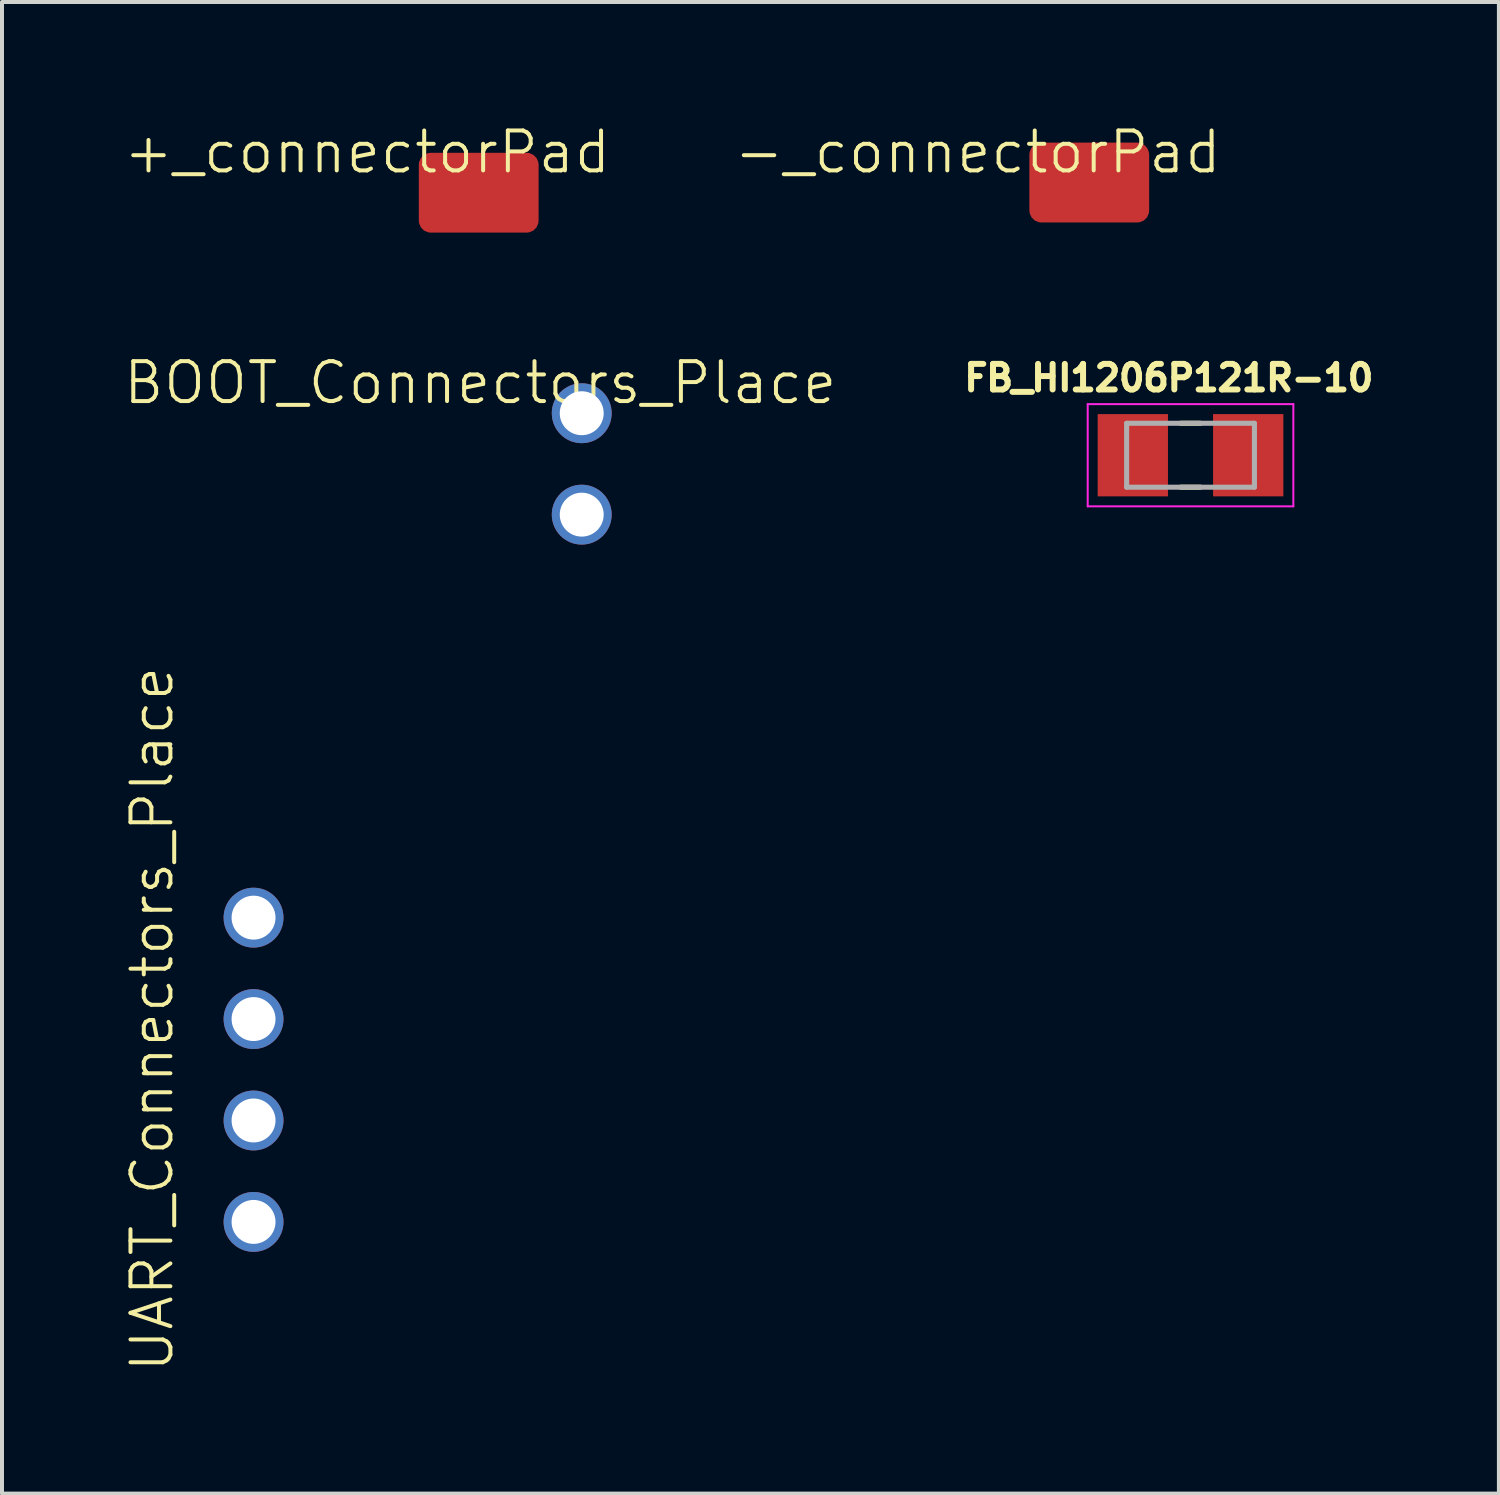
<source format=kicad_pcb>
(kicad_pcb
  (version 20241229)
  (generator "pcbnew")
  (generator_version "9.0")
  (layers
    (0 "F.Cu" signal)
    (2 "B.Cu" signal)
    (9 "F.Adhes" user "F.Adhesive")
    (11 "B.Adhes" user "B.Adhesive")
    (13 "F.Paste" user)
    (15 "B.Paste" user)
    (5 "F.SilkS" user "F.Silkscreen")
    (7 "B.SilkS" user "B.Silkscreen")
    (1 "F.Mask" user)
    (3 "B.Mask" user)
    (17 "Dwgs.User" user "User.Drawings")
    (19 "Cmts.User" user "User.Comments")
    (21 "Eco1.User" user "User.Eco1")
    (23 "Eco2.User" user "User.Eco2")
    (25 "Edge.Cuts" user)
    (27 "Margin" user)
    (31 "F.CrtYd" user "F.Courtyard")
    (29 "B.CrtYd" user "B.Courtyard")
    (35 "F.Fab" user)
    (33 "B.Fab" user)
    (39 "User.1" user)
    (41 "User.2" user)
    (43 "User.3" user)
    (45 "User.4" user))
  (footprint "UART_Connectors_Place"
    (layer "F.Cu")
    (at 3.3 27.552)
    (property "Reference" "UART_Connectors_Place" (at -2.54 -5.08 90) (unlocked yes) (layer "F.SilkS") (effects (font (size 1 1) (thickness 0.1))))
    (attr smd)
    (pad "1" thru_hole circle (at 0 0) (size 1.5 1.5) (drill 1.1) (layers "*.Cu" "*.Mask"))
    (pad "2" thru_hole circle (at 0 -2.54) (size 1.5 1.5) (drill 1.1) (layers "*.Cu" "*.Mask"))
    (pad "3" thru_hole circle (at 0 -5.08) (size 1.5 1.5) (drill 1.1) (layers "*.Cu" "*.Mask"))
    (pad "4" thru_hole circle (at 0 -7.62) (size 1.5 1.5) (drill 1.1) (layers "*.Cu" "*.Mask")))
  (footprint "FB_HI1206P121R-10"
    (layer "F.Cu")
    (at 26.766 8.351)
    (property "Reference" "FB_HI1206P121R-10" (at -0.543 -1.936 0) (layer "F.SilkS") (effects (font (size 0.64 0.64) (thickness 0.15))))
    (attr smd)
    (fp_line (start -0.245 -0.8) (end 0.245 -0.8) (stroke (width 0.127) (type solid)) (layer "F.SilkS"))
    (fp_line (start -0.245 0.8) (end 0.245 0.8) (stroke (width 0.127) (type solid)) (layer "F.SilkS"))
    (fp_line (start -2.575 -1.28) (end -2.575 1.28) (stroke (width 0.05) (type solid)) (layer "F.CrtYd"))
    (fp_line (start -2.575 1.28) (end 2.575 1.28) (stroke (width 0.05) (type solid)) (layer "F.CrtYd"))
    (fp_line (start 2.575 -1.28) (end -2.575 -1.28) (stroke (width 0.05) (type solid)) (layer "F.CrtYd"))
    (fp_line (start 2.575 1.28) (end 2.575 -1.28) (stroke (width 0.05) (type solid)) (layer "F.CrtYd"))
    (fp_line (start -1.6 -0.8) (end -1.6 0.8) (stroke (width 0.127) (type solid)) (layer "F.Fab"))
    (fp_line (start -1.6 -0.8) (end 1.6 -0.8) (stroke (width 0.127) (type solid)) (layer "F.Fab"))
    (fp_line (start -1.6 0.8) (end 1.6 0.8) (stroke (width 0.127) (type solid)) (layer "F.Fab"))
    (fp_line (start 1.6 -0.8) (end 1.6 0.8) (stroke (width 0.127) (type solid)) (layer "F.Fab"))
    (pad "1" smd rect (at -1.445 0) (size 1.76 2.06) (layers "F.Cu" "F.Mask" "F.Paste"))
    (pad "2" smd rect (at 1.445 0) (size 1.76 2.06) (layers "F.Cu" "F.Mask" "F.Paste")))
  (footprint "+_connectorPad"
    (layer "F.Cu")
    (at 8.939 1.776)
    (property "Reference" "+_connectorPad" (at -2.794 -1.016 0) (unlocked yes) (layer "F.SilkS") (effects (font (size 1 1) (thickness 0.1))))
    (attr smd)
    (pad "1" smd roundrect (at 0 0) (size 3 2) (layers "F.Cu" "F.Mask" "F.Paste") (roundrect_rratio 0.15)))
  (footprint "BOOT_Connectors_Place"
    (layer "F.Cu")
    (at 11.519 9.839)
    (property "Reference" "BOOT_Connectors_Place" (at -2.54 -3.302 0) (unlocked yes) (layer "F.SilkS") (effects (font (size 1 1) (thickness 0.1))))
    (attr smd)
    (pad "1" thru_hole circle (at 0 0) (size 1.5 1.5) (drill 1.1) (layers "*.Cu" "*.Mask"))
    (pad "2" thru_hole circle (at 0 -2.54) (size 1.5 1.5) (drill 1.1) (layers "*.Cu" "*.Mask")))
  (footprint "-_connectorPad"
    (layer "F.Cu")
    (at 24.23 1.522)
    (property "Reference" "-_connectorPad" (at -2.794 -0.762 0) (unlocked yes) (layer "F.SilkS") (effects (font (size 1 1) (thickness 0.1))))
    (attr smd)
    (pad "1" smd roundrect (at 0 0) (size 3 2) (layers "F.Cu" "F.Mask" "F.Paste") (roundrect_rratio 0.15)))
  (gr_rect
    (start -3 -3)
    (end 34.489 34.356)
    (stroke (width 0.1) (type default))
    (fill no)
    (layer "Edge.Cuts")))
</source>
